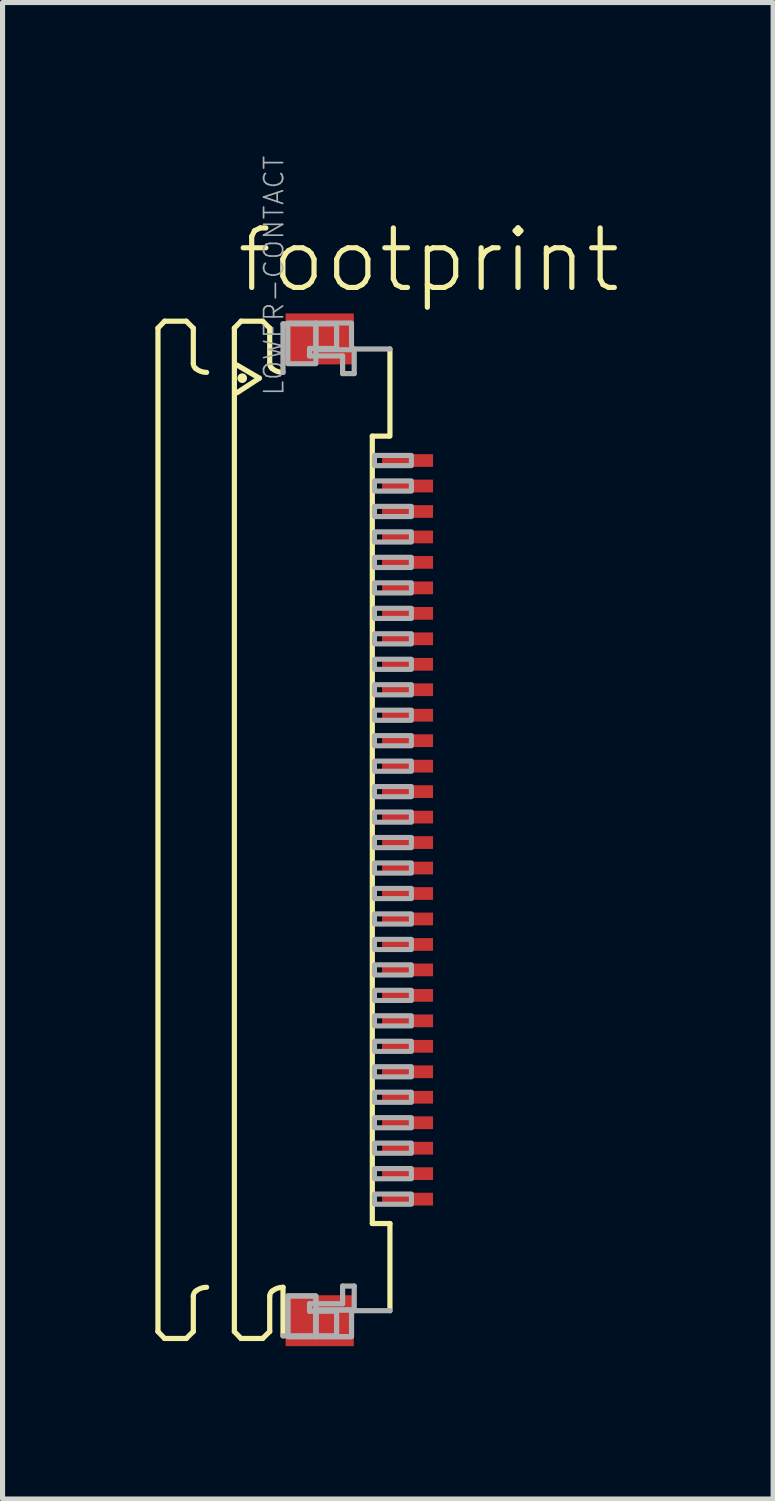
<source format=kicad_pcb>
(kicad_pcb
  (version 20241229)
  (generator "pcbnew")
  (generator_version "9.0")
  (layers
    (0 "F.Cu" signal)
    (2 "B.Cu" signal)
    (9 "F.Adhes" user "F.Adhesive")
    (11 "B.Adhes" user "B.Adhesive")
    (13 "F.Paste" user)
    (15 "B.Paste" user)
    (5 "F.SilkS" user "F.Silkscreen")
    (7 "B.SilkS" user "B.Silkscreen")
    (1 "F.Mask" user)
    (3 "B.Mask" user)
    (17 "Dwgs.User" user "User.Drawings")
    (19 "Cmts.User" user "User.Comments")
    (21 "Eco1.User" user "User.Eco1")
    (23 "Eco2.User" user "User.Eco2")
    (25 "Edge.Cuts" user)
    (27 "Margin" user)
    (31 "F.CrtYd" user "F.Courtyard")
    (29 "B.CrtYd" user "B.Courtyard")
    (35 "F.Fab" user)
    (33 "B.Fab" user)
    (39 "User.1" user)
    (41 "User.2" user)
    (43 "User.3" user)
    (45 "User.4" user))
  (footprint "footprint"
    (layer "F.Cu")
    (at 3.046 13.241)
    (property "Reference" "footprint" (at -1.5 -10.5 0) (layer "F.SilkS") (effects (font (size 1.168 1.168) (thickness 0.102)) (justify left bottom)))
    (fp_poly (pts (xy 1.355 -7.075) (xy 2.455 -7.075) (xy 2.455 -7.425) (xy 1.355 -7.425)) (stroke (width 0) (type solid)) (fill yes) (layer "F.Mask"))
    (fp_poly (pts (xy 1.355 -6.575) (xy 2.455 -6.575) (xy 2.455 -6.925) (xy 1.355 -6.925)) (stroke (width 0) (type solid)) (fill yes) (layer "F.Mask"))
    (fp_poly (pts (xy 1.355 -6.075) (xy 2.455 -6.075) (xy 2.455 -6.425) (xy 1.355 -6.425)) (stroke (width 0) (type solid)) (fill yes) (layer "F.Mask"))
    (fp_poly (pts (xy 1.355 -5.575) (xy 2.455 -5.575) (xy 2.455 -5.925) (xy 1.355 -5.925)) (stroke (width 0) (type solid)) (fill yes) (layer "F.Mask"))
    (fp_poly (pts (xy 1.355 -5.075) (xy 2.455 -5.075) (xy 2.455 -5.425) (xy 1.355 -5.425)) (stroke (width 0) (type solid)) (fill yes) (layer "F.Mask"))
    (fp_poly (pts (xy 1.355 -4.575) (xy 2.455 -4.575) (xy 2.455 -4.925) (xy 1.355 -4.925)) (stroke (width 0) (type solid)) (fill yes) (layer "F.Mask"))
    (fp_poly (pts (xy 1.355 -4.075) (xy 2.455 -4.075) (xy 2.455 -4.425) (xy 1.355 -4.425)) (stroke (width 0) (type solid)) (fill yes) (layer "F.Mask"))
    (fp_poly (pts (xy 1.355 -3.575) (xy 2.455 -3.575) (xy 2.455 -3.925) (xy 1.355 -3.925)) (stroke (width 0) (type solid)) (fill yes) (layer "F.Mask"))
    (fp_poly (pts (xy 1.355 -3.075) (xy 2.455 -3.075) (xy 2.455 -3.425) (xy 1.355 -3.425)) (stroke (width 0) (type solid)) (fill yes) (layer "F.Mask"))
    (fp_poly (pts (xy 1.355 -2.575) (xy 2.455 -2.575) (xy 2.455 -2.925) (xy 1.355 -2.925)) (stroke (width 0) (type solid)) (fill yes) (layer "F.Mask"))
    (fp_poly (pts (xy 1.355 -2.075) (xy 2.455 -2.075) (xy 2.455 -2.425) (xy 1.355 -2.425)) (stroke (width 0) (type solid)) (fill yes) (layer "F.Mask"))
    (fp_poly (pts (xy 1.355 -1.575) (xy 2.455 -1.575) (xy 2.455 -1.925) (xy 1.355 -1.925)) (stroke (width 0) (type solid)) (fill yes) (layer "F.Mask"))
    (fp_poly (pts (xy 1.355 -1.075) (xy 2.455 -1.075) (xy 2.455 -1.425) (xy 1.355 -1.425)) (stroke (width 0) (type solid)) (fill yes) (layer "F.Mask"))
    (fp_poly (pts (xy 1.355 -0.575) (xy 2.455 -0.575) (xy 2.455 -0.925) (xy 1.355 -0.925)) (stroke (width 0) (type solid)) (fill yes) (layer "F.Mask"))
    (fp_poly (pts (xy 1.355 -0.075) (xy 2.455 -0.075) (xy 2.455 -0.425) (xy 1.355 -0.425)) (stroke (width 0) (type solid)) (fill yes) (layer "F.Mask"))
    (fp_poly (pts (xy 1.355 0.425) (xy 2.455 0.425) (xy 2.455 0.075) (xy 1.355 0.075)) (stroke (width 0) (type solid)) (fill yes) (layer "F.Mask"))
    (fp_poly (pts (xy 1.355 0.925) (xy 2.455 0.925) (xy 2.455 0.575) (xy 1.355 0.575)) (stroke (width 0) (type solid)) (fill yes) (layer "F.Mask"))
    (fp_poly (pts (xy 1.355 1.425) (xy 2.455 1.425) (xy 2.455 1.075) (xy 1.355 1.075)) (stroke (width 0) (type solid)) (fill yes) (layer "F.Mask"))
    (fp_poly (pts (xy 1.355 1.925) (xy 2.455 1.925) (xy 2.455 1.575) (xy 1.355 1.575)) (stroke (width 0) (type solid)) (fill yes) (layer "F.Mask"))
    (fp_poly (pts (xy 1.355 2.425) (xy 2.455 2.425) (xy 2.455 2.075) (xy 1.355 2.075)) (stroke (width 0) (type solid)) (fill yes) (layer "F.Mask"))
    (fp_poly (pts (xy 1.355 2.925) (xy 2.455 2.925) (xy 2.455 2.575) (xy 1.355 2.575)) (stroke (width 0) (type solid)) (fill yes) (layer "F.Mask"))
    (fp_poly (pts (xy 1.355 3.425) (xy 2.455 3.425) (xy 2.455 3.075) (xy 1.355 3.075)) (stroke (width 0) (type solid)) (fill yes) (layer "F.Mask"))
    (fp_poly (pts (xy 1.355 3.925) (xy 2.455 3.925) (xy 2.455 3.575) (xy 1.355 3.575)) (stroke (width 0) (type solid)) (fill yes) (layer "F.Mask"))
    (fp_poly (pts (xy 1.355 4.425) (xy 2.455 4.425) (xy 2.455 4.075) (xy 1.355 4.075)) (stroke (width 0) (type solid)) (fill yes) (layer "F.Mask"))
    (fp_poly (pts (xy 1.355 4.925) (xy 2.455 4.925) (xy 2.455 4.575) (xy 1.355 4.575)) (stroke (width 0) (type solid)) (fill yes) (layer "F.Mask"))
    (fp_poly (pts (xy 1.355 5.425) (xy 2.455 5.425) (xy 2.455 5.075) (xy 1.355 5.075)) (stroke (width 0) (type solid)) (fill yes) (layer "F.Mask"))
    (fp_poly (pts (xy 1.355 5.925) (xy 2.455 5.925) (xy 2.455 5.575) (xy 1.355 5.575)) (stroke (width 0) (type solid)) (fill yes) (layer "F.Mask"))
    (fp_poly (pts (xy 1.355 6.425) (xy 2.455 6.425) (xy 2.455 6.075) (xy 1.355 6.075)) (stroke (width 0) (type solid)) (fill yes) (layer "F.Mask"))
    (fp_poly (pts (xy 1.355 6.925) (xy 2.455 6.925) (xy 2.455 6.575) (xy 1.355 6.575)) (stroke (width 0) (type solid)) (fill yes) (layer "F.Mask"))
    (fp_poly (pts (xy 1.355 7.425) (xy 2.455 7.425) (xy 2.455 7.075) (xy 1.355 7.075)) (stroke (width 0) (type solid)) (fill yes) (layer "F.Mask"))
    (fp_line (start -2.995 -9.85) (end -2.865 -9.985) (stroke (width 0.102) (type solid)) (layer "F.SilkS"))
    (fp_line (start -2.995 9.85) (end -2.995 -9.85) (stroke (width 0.102) (type solid)) (layer "F.SilkS"))
    (fp_line (start -2.995 9.85) (end -2.865 9.985) (stroke (width 0.102) (type solid)) (layer "F.SilkS"))
    (fp_line (start -2.865 -9.985) (end -2.438 -9.985) (stroke (width 0.102) (type solid)) (layer "F.SilkS"))
    (fp_line (start -2.865 9.985) (end -2.438 9.985) (stroke (width 0.102) (type solid)) (layer "F.SilkS"))
    (fp_line (start -2.438 -9.985) (end -2.301 -9.848) (stroke (width 0.102) (type solid)) (layer "F.SilkS"))
    (fp_line (start -2.438 9.985) (end -2.301 9.848) (stroke (width 0.102) (type solid)) (layer "F.SilkS"))
    (fp_line (start -2.301 -9.848) (end -2.301 -9.156) (stroke (width 0.102) (type solid)) (layer "F.SilkS"))
    (fp_line (start -2.301 9.848) (end -2.301 9.156) (stroke (width 0.102) (type solid)) (layer "F.SilkS"))
    (fp_line (start -1.495 -9.85) (end -1.365 -9.985) (stroke (width 0.102) (type solid)) (layer "F.SilkS"))
    (fp_line (start -1.495 9.85) (end -1.495 -9.85) (stroke (width 0.102) (type solid)) (layer "F.SilkS"))
    (fp_line (start -1.495 9.85) (end -1.365 9.985) (stroke (width 0.102) (type solid)) (layer "F.SilkS"))
    (fp_line (start -1.441 -9.123) (end -1.005 -8.867) (stroke (width 0.102) (type solid)) (layer "F.SilkS"))
    (fp_line (start -1.365 -9.985) (end -0.939 -9.985) (stroke (width 0.102) (type solid)) (layer "F.SilkS"))
    (fp_line (start -1.365 9.985) (end -0.939 9.985) (stroke (width 0.102) (type solid)) (layer "F.SilkS"))
    (fp_line (start -1.005 -8.867) (end -1.441 -8.582) (stroke (width 0.102) (type solid)) (layer "F.SilkS"))
    (fp_line (start -0.939 -9.985) (end -0.801 -9.848) (stroke (width 0.102) (type solid)) (layer "F.SilkS"))
    (fp_line (start -0.939 9.985) (end -0.801 9.848) (stroke (width 0.102) (type solid)) (layer "F.SilkS"))
    (fp_line (start -0.801 -9.848) (end -0.801 -9.156) (stroke (width 0.102) (type solid)) (layer "F.SilkS"))
    (fp_line (start -0.801 9.848) (end -0.801 9.156) (stroke (width 0.102) (type solid)) (layer "F.SilkS"))
    (fp_line (start -0.54 8.98) (end -0.54 9.933) (stroke (width 0.102) (type solid)) (layer "F.SilkS"))
    (fp_line (start 1.213 7.729) (end 1.213 -7.729) (stroke (width 0.102) (type solid)) (layer "F.SilkS"))
    (fp_line (start 1.538 -7.729) (end 1.213 -7.729) (stroke (width 0.102) (type solid)) (layer "F.SilkS"))
    (fp_line (start 1.559 -9.44) (end 1.559 -7.729) (stroke (width 0.102) (type solid)) (layer "F.SilkS"))
    (fp_line (start 1.559 7.729) (end 1.213 7.729) (stroke (width 0.102) (type solid)) (layer "F.SilkS"))
    (fp_line (start 1.559 9.44) (end 1.559 7.729) (stroke (width 0.102) (type solid)) (layer "F.SilkS"))
    (fp_arc (start -2.301 9.1557) (mid -2.288538 9.100596) (end -2.2536 9.056199) (stroke (width 0.1016) (type solid)) (layer "F.SilkS"))
    (fp_arc (start -2.2536 -9.056199) (mid -2.288538 -9.100596) (end -2.301 -9.1557) (stroke (width 0.1016) (type solid)) (layer "F.SilkS"))
    (fp_arc (start -2.2536 9.0562) (mid -2.153476 8.999935) (end -2.0403 8.980399) (stroke (width 0.1016) (type solid)) (layer "F.SilkS"))
    (fp_arc (start -2.0403 -8.980399) (mid -2.153476 -8.999935) (end -2.2536 -9.0562) (stroke (width 0.1016) (type solid)) (layer "F.SilkS"))
    (fp_arc (start -0.801 9.1557) (mid -0.788538 9.100596) (end -0.7536 9.056199) (stroke (width 0.1016) (type solid)) (layer "F.SilkS"))
    (fp_arc (start -0.7536 -9.056199) (mid -0.788538 -9.100596) (end -0.801 -9.1557) (stroke (width 0.1016) (type solid)) (layer "F.SilkS"))
    (fp_arc (start -0.7536 9.0562) (mid -0.653476 8.999935) (end -0.5403 8.980399) (stroke (width 0.1016) (type solid)) (layer "F.SilkS"))
    (fp_arc (start -0.5403 -8.980399) (mid -0.653476 -8.999935) (end -0.7536 -9.0562) (stroke (width 0.1016) (type solid)) (layer "F.SilkS"))
    (fp_circle (center -1.341 -8.867) (end -1.294 -8.867) (stroke (width 0.095) (type solid)) (fill yes) (layer "F.SilkS"))
    (fp_line (start -0.54 -9.933) (end 0.512 -9.933) (stroke (width 0.102) (type solid)) (layer "F.Fab"))
    (fp_line (start -0.54 -8.98) (end -0.54 -9.933) (stroke (width 0.102) (type solid)) (layer "F.Fab"))
    (fp_line (start -0.54 9.933) (end 0.512 9.933) (stroke (width 0.102) (type solid)) (layer "F.Fab"))
    (fp_line (start -0.019 -9.45) (end -0.019 -9.303) (stroke (width 0.102) (type solid)) (layer "F.Fab"))
    (fp_line (start -0.019 -9.303) (end 0.63 -9.303) (stroke (width 0.102) (type solid)) (layer "F.Fab"))
    (fp_line (start -0.019 9.303) (end 0.63 9.303) (stroke (width 0.102) (type solid)) (layer "F.Fab"))
    (fp_line (start -0.019 9.45) (end -0.019 9.303) (stroke (width 0.102) (type solid)) (layer "F.Fab"))
    (fp_line (start 0.512 -9.933) (end 0.512 -9.45) (stroke (width 0.102) (type solid)) (layer "F.Fab"))
    (fp_line (start 0.512 -9.45) (end -0.019 -9.45) (stroke (width 0.102) (type solid)) (layer "F.Fab"))
    (fp_line (start 0.512 9.45) (end -0.019 9.45) (stroke (width 0.102) (type solid)) (layer "F.Fab"))
    (fp_line (start 0.512 9.933) (end 0.512 9.45) (stroke (width 0.102) (type solid)) (layer "F.Fab"))
    (fp_line (start 0.63 -9.303) (end 0.63 -8.957) (stroke (width 0.102) (type solid)) (layer "F.Fab"))
    (fp_line (start 0.63 -8.957) (end 0.858 -8.957) (stroke (width 0.102) (type solid)) (layer "F.Fab"))
    (fp_line (start 0.63 8.957) (end 0.858 8.957) (stroke (width 0.102) (type solid)) (layer "F.Fab"))
    (fp_line (start 0.63 9.303) (end 0.63 8.957) (stroke (width 0.102) (type solid)) (layer "F.Fab"))
    (fp_line (start 0.858 -9.44) (end 1.559 -9.44) (stroke (width 0.102) (type solid)) (layer "F.Fab"))
    (fp_line (start 0.858 -8.957) (end 0.858 -9.44) (stroke (width 0.102) (type solid)) (layer "F.Fab"))
    (fp_line (start 0.858 8.957) (end 0.858 9.44) (stroke (width 0.102) (type solid)) (layer "F.Fab"))
    (fp_line (start 0.858 9.44) (end 1.559 9.44) (stroke (width 0.102) (type solid)) (layer "F.Fab"))
    (fp_poly (pts (xy -0.445 -9.15) (xy 0.105 -9.15) (xy 0.105 -9.95) (xy -0.445 -9.95)) (stroke (width 0.1) (type solid)) (fill no) (layer "F.Fab"))
    (fp_poly (pts (xy -0.445 9.95) (xy 0.105 9.95) (xy 0.105 9.15) (xy -0.445 9.15)) (stroke (width 0.1) (type solid)) (fill no) (layer "F.Fab"))
    (fp_poly (pts (xy -0.445 9.95) (xy 0.105 9.95) (xy 0.105 9.15) (xy -0.445 9.15)) (stroke (width 0.1) (type solid)) (fill no) (layer "F.Fab"))
    (fp_poly (pts (xy 0.105 -9.425) (xy 0.805 -9.425) (xy 0.805 -9.95) (xy 0.105 -9.95)) (stroke (width 0.1) (type solid)) (fill no) (layer "F.Fab"))
    (fp_poly (pts (xy 0.105 9.95) (xy 0.805 9.95) (xy 0.805 9.425) (xy 0.105 9.425)) (stroke (width 0.1) (type solid)) (fill no) (layer "F.Fab"))
    (fp_poly (pts (xy 0.105 9.95) (xy 0.805 9.95) (xy 0.805 9.425) (xy 0.105 9.425)) (stroke (width 0.1) (type solid)) (fill no) (layer "F.Fab"))
    (fp_poly (pts (xy 1.255 -7.15) (xy 1.98 -7.15) (xy 1.98 -7.35) (xy 1.255 -7.35)) (stroke (width 0.1) (type solid)) (fill no) (layer "F.Fab"))
    (fp_poly (pts (xy 1.255 -6.65) (xy 1.98 -6.65) (xy 1.98 -6.85) (xy 1.255 -6.85)) (stroke (width 0.1) (type solid)) (fill no) (layer "F.Fab"))
    (fp_poly (pts (xy 1.255 -6.15) (xy 1.98 -6.15) (xy 1.98 -6.35) (xy 1.255 -6.35)) (stroke (width 0.1) (type solid)) (fill no) (layer "F.Fab"))
    (fp_poly (pts (xy 1.255 -5.65) (xy 1.98 -5.65) (xy 1.98 -5.85) (xy 1.255 -5.85)) (stroke (width 0.1) (type solid)) (fill no) (layer "F.Fab"))
    (fp_poly (pts (xy 1.255 -5.15) (xy 1.98 -5.15) (xy 1.98 -5.35) (xy 1.255 -5.35)) (stroke (width 0.1) (type solid)) (fill no) (layer "F.Fab"))
    (fp_poly (pts (xy 1.255 -4.65) (xy 1.98 -4.65) (xy 1.98 -4.85) (xy 1.255 -4.85)) (stroke (width 0.1) (type solid)) (fill no) (layer "F.Fab"))
    (fp_poly (pts (xy 1.255 -4.15) (xy 1.98 -4.15) (xy 1.98 -4.35) (xy 1.255 -4.35)) (stroke (width 0.1) (type solid)) (fill no) (layer "F.Fab"))
    (fp_poly (pts (xy 1.255 -3.65) (xy 1.98 -3.65) (xy 1.98 -3.85) (xy 1.255 -3.85)) (stroke (width 0.1) (type solid)) (fill no) (layer "F.Fab"))
    (fp_poly (pts (xy 1.255 -3.15) (xy 1.98 -3.15) (xy 1.98 -3.35) (xy 1.255 -3.35)) (stroke (width 0.1) (type solid)) (fill no) (layer "F.Fab"))
    (fp_poly (pts (xy 1.255 -2.65) (xy 1.98 -2.65) (xy 1.98 -2.85) (xy 1.255 -2.85)) (stroke (width 0.1) (type solid)) (fill no) (layer "F.Fab"))
    (fp_poly (pts (xy 1.255 -2.15) (xy 1.98 -2.15) (xy 1.98 -2.35) (xy 1.255 -2.35)) (stroke (width 0.1) (type solid)) (fill no) (layer "F.Fab"))
    (fp_poly (pts (xy 1.255 -1.65) (xy 1.98 -1.65) (xy 1.98 -1.85) (xy 1.255 -1.85)) (stroke (width 0.1) (type solid)) (fill no) (layer "F.Fab"))
    (fp_poly (pts (xy 1.255 -1.15) (xy 1.98 -1.15) (xy 1.98 -1.35) (xy 1.255 -1.35)) (stroke (width 0.1) (type solid)) (fill no) (layer "F.Fab"))
    (fp_poly (pts (xy 1.255 -0.65) (xy 1.98 -0.65) (xy 1.98 -0.85) (xy 1.255 -0.85)) (stroke (width 0.1) (type solid)) (fill no) (layer "F.Fab"))
    (fp_poly (pts (xy 1.255 -0.15) (xy 1.98 -0.15) (xy 1.98 -0.35) (xy 1.255 -0.35)) (stroke (width 0.1) (type solid)) (fill no) (layer "F.Fab"))
    (fp_poly (pts (xy 1.255 0.35) (xy 1.98 0.35) (xy 1.98 0.15) (xy 1.255 0.15)) (stroke (width 0.1) (type solid)) (fill no) (layer "F.Fab"))
    (fp_poly (pts (xy 1.255 0.85) (xy 1.98 0.85) (xy 1.98 0.65) (xy 1.255 0.65)) (stroke (width 0.1) (type solid)) (fill no) (layer "F.Fab"))
    (fp_poly (pts (xy 1.255 1.35) (xy 1.98 1.35) (xy 1.98 1.15) (xy 1.255 1.15)) (stroke (width 0.1) (type solid)) (fill no) (layer "F.Fab"))
    (fp_poly (pts (xy 1.255 1.85) (xy 1.98 1.85) (xy 1.98 1.65) (xy 1.255 1.65)) (stroke (width 0.1) (type solid)) (fill no) (layer "F.Fab"))
    (fp_poly (pts (xy 1.255 2.35) (xy 1.98 2.35) (xy 1.98 2.15) (xy 1.255 2.15)) (stroke (width 0.1) (type solid)) (fill no) (layer "F.Fab"))
    (fp_poly (pts (xy 1.255 2.85) (xy 1.98 2.85) (xy 1.98 2.65) (xy 1.255 2.65)) (stroke (width 0.1) (type solid)) (fill no) (layer "F.Fab"))
    (fp_poly (pts (xy 1.255 3.35) (xy 1.98 3.35) (xy 1.98 3.15) (xy 1.255 3.15)) (stroke (width 0.1) (type solid)) (fill no) (layer "F.Fab"))
    (fp_poly (pts (xy 1.255 3.85) (xy 1.98 3.85) (xy 1.98 3.65) (xy 1.255 3.65)) (stroke (width 0.1) (type solid)) (fill no) (layer "F.Fab"))
    (fp_poly (pts (xy 1.255 4.35) (xy 1.98 4.35) (xy 1.98 4.15) (xy 1.255 4.15)) (stroke (width 0.1) (type solid)) (fill no) (layer "F.Fab"))
    (fp_poly (pts (xy 1.255 4.85) (xy 1.98 4.85) (xy 1.98 4.65) (xy 1.255 4.65)) (stroke (width 0.1) (type solid)) (fill no) (layer "F.Fab"))
    (fp_poly (pts (xy 1.255 5.35) (xy 1.98 5.35) (xy 1.98 5.15) (xy 1.255 5.15)) (stroke (width 0.1) (type solid)) (fill no) (layer "F.Fab"))
    (fp_poly (pts (xy 1.255 5.85) (xy 1.98 5.85) (xy 1.98 5.65) (xy 1.255 5.65)) (stroke (width 0.1) (type solid)) (fill no) (layer "F.Fab"))
    (fp_poly (pts (xy 1.255 6.35) (xy 1.98 6.35) (xy 1.98 6.15) (xy 1.255 6.15)) (stroke (width 0.1) (type solid)) (fill no) (layer "F.Fab"))
    (fp_poly (pts (xy 1.255 6.85) (xy 1.98 6.85) (xy 1.98 6.65) (xy 1.255 6.65)) (stroke (width 0.1) (type solid)) (fill no) (layer "F.Fab"))
    (fp_poly (pts (xy 1.255 7.35) (xy 1.98 7.35) (xy 1.98 7.15) (xy 1.255 7.15)) (stroke (width 0.1) (type solid)) (fill no) (layer "F.Fab"))
    (fp_text user "LOWER-CONTACT" (at -0.5 -8.5 270) (layer "F.Fab") (effects (font (size 0.374 0.374) (thickness 0.033)) (justify left bottom)))
    (pad "1" smd rect (at 1.905 -7.25) (size 1 0.25) (layers "F.Cu" "F.Paste"))
    (pad "2" smd rect (at 1.905 -6.75) (size 1 0.25) (layers "F.Cu" "F.Paste"))
    (pad "3" smd rect (at 1.905 -6.25) (size 1 0.25) (layers "F.Cu" "F.Paste"))
    (pad "4" smd rect (at 1.905 -5.75) (size 1 0.25) (layers "F.Cu" "F.Paste"))
    (pad "5" smd rect (at 1.905 -5.25) (size 1 0.25) (layers "F.Cu" "F.Paste"))
    (pad "6" smd rect (at 1.905 -4.75) (size 1 0.25) (layers "F.Cu" "F.Paste"))
    (pad "7" smd rect (at 1.905 -4.25) (size 1 0.25) (layers "F.Cu" "F.Paste"))
    (pad "8" smd rect (at 1.905 -3.75) (size 1 0.25) (layers "F.Cu" "F.Paste"))
    (pad "9" smd rect (at 1.905 -3.25) (size 1 0.25) (layers "F.Cu" "F.Paste"))
    (pad "10" smd rect (at 1.905 -2.75) (size 1 0.25) (layers "F.Cu" "F.Paste"))
    (pad "11" smd rect (at 1.905 -2.25) (size 1 0.25) (layers "F.Cu" "F.Paste"))
    (pad "12" smd rect (at 1.905 -1.75) (size 1 0.25) (layers "F.Cu" "F.Paste"))
    (pad "13" smd rect (at 1.905 -1.25) (size 1 0.25) (layers "F.Cu" "F.Paste"))
    (pad "14" smd rect (at 1.905 -0.75) (size 1 0.25) (layers "F.Cu" "F.Paste"))
    (pad "15" smd rect (at 1.905 -0.25) (size 1 0.25) (layers "F.Cu" "F.Paste"))
    (pad "16" smd rect (at 1.905 0.25) (size 1 0.25) (layers "F.Cu" "F.Paste"))
    (pad "17" smd rect (at 1.905 0.75) (size 1 0.25) (layers "F.Cu" "F.Paste"))
    (pad "18" smd rect (at 1.905 1.25) (size 1 0.25) (layers "F.Cu" "F.Paste"))
    (pad "19" smd rect (at 1.905 1.75) (size 1 0.25) (layers "F.Cu" "F.Paste"))
    (pad "20" smd rect (at 1.905 2.25) (size 1 0.25) (layers "F.Cu" "F.Paste"))
    (pad "21" smd rect (at 1.905 2.75) (size 1 0.25) (layers "F.Cu" "F.Paste"))
    (pad "22" smd rect (at 1.905 3.25) (size 1 0.25) (layers "F.Cu" "F.Paste"))
    (pad "23" smd rect (at 1.905 3.75) (size 1 0.25) (layers "F.Cu" "F.Paste"))
    (pad "24" smd rect (at 1.905 4.25) (size 1 0.25) (layers "F.Cu" "F.Paste"))
    (pad "25" smd rect (at 1.905 4.75) (size 1 0.25) (layers "F.Cu" "F.Paste"))
    (pad "26" smd rect (at 1.905 5.25) (size 1 0.25) (layers "F.Cu" "F.Paste"))
    (pad "27" smd rect (at 1.905 5.75) (size 1 0.25) (layers "F.Cu" "F.Paste"))
    (pad "28" smd rect (at 1.905 6.25) (size 1 0.25) (layers "F.Cu" "F.Paste"))
    (pad "29" smd rect (at 1.905 6.75) (size 1 0.25) (layers "F.Cu" "F.Paste"))
    (pad "30" smd rect (at 1.905 7.25) (size 1 0.25) (layers "F.Cu" "F.Paste"))
    (pad "M1" smd rect (at 0.18 -9.637) (size 1.34 1) (layers "F.Cu" "F.Mask" "F.Paste"))
    (pad "M2" smd rect (at 0.18 9.637) (size 1.34 1) (layers "F.Cu" "F.Mask" "F.Paste")))
  (gr_rect
    (start -3 -3)
    (end 12.128 26.378)
    (stroke (width 0.1) (type default))
    (fill no)
    (layer "Edge.Cuts")))
</source>
